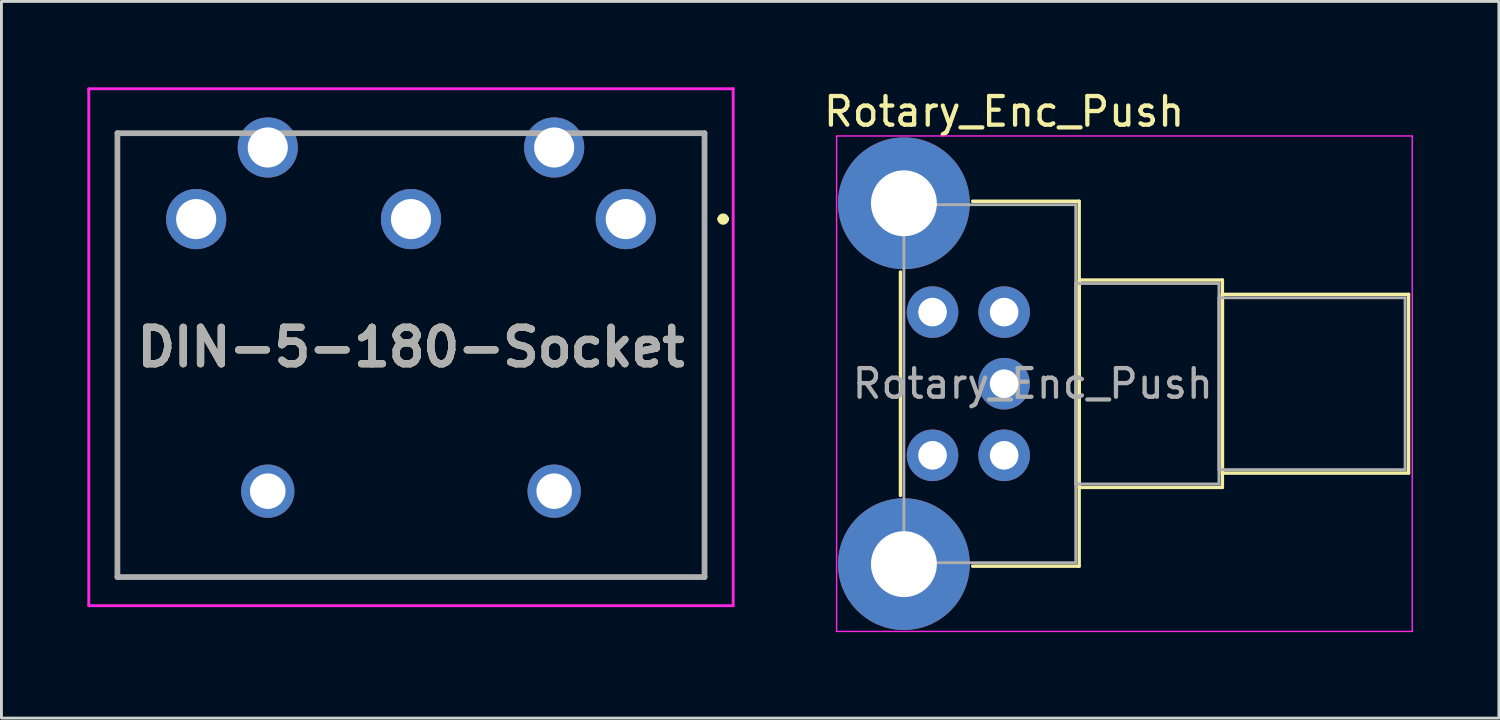
<source format=kicad_pcb>
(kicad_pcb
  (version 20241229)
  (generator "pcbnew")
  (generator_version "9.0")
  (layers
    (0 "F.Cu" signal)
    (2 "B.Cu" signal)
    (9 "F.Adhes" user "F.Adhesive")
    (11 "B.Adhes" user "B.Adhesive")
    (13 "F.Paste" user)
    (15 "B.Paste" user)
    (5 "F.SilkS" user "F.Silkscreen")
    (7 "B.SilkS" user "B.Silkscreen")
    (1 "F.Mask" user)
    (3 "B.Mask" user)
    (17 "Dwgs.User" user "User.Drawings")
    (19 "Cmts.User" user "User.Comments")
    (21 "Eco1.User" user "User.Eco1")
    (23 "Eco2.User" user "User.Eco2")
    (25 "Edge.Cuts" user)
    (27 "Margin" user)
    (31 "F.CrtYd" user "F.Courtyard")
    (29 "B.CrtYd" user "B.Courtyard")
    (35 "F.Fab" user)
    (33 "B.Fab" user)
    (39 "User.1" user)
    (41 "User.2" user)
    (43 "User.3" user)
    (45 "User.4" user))
  (footprint "DIN-5-180-Socket"
    (layer "F.Cu")
    (at 18.8 4.6)
    (property "Reference" "DIN-5-180-Socket" (at -7.5 4.475 0) (layer "F.SilkS") (effects (font (size 1.27 1.27) (thickness 0.254))))
    (attr through_hole)
    (fp_line (start -17.75 -3) (end -17.75 12.5) (stroke (width 0.1) (type solid)) (layer "F.SilkS"))
    (fp_line (start -17.75 12.5) (end 2.75 12.5) (stroke (width 0.1) (type solid)) (layer "F.SilkS"))
    (fp_line (start -14.5 -3) (end -17.75 -3) (stroke (width 0.1) (type solid)) (layer "F.SilkS"))
    (fp_line (start 2.75 -3) (end -0.5 -3) (stroke (width 0.1) (type solid)) (layer "F.SilkS"))
    (fp_line (start 2.75 12.5) (end 2.75 -3) (stroke (width 0.1) (type solid)) (layer "F.SilkS"))
    (fp_line (start 3.3 0) (end 3.3 0) (stroke (width 0.2) (type solid)) (layer "F.SilkS"))
    (fp_line (start 3.5 0) (end 3.5 0) (stroke (width 0.2) (type solid)) (layer "F.SilkS"))
    (fp_arc (start 3.3 0) (mid 3.4 -0.1) (end 3.5 0) (stroke (width 0.2) (type solid)) (layer "F.SilkS"))
    (fp_arc (start 3.5 0) (mid 3.4 0.1) (end 3.3 0) (stroke (width 0.2) (type solid)) (layer "F.SilkS"))
    (fp_line (start -18.75 -4.55) (end 3.75 -4.55) (stroke (width 0.1) (type solid)) (layer "F.CrtYd"))
    (fp_line (start -18.75 13.5) (end -18.75 -4.55) (stroke (width 0.1) (type solid)) (layer "F.CrtYd"))
    (fp_line (start 3.75 -4.55) (end 3.75 13.5) (stroke (width 0.1) (type solid)) (layer "F.CrtYd"))
    (fp_line (start 3.75 13.5) (end -18.75 13.5) (stroke (width 0.1) (type solid)) (layer "F.CrtYd"))
    (fp_line (start -17.75 -3) (end -17.75 12.5) (stroke (width 0.2) (type solid)) (layer "F.Fab"))
    (fp_line (start -17.75 12.5) (end 2.75 12.5) (stroke (width 0.2) (type solid)) (layer "F.Fab"))
    (fp_line (start 2.75 -3) (end -17.75 -3) (stroke (width 0.2) (type solid)) (layer "F.Fab"))
    (fp_line (start 2.75 12.5) (end 2.75 -3) (stroke (width 0.2) (type solid)) (layer "F.Fab"))
    (fp_text user "${REFERENCE}" (at -7.5 4.475 0) (layer "F.Fab") (effects (font (size 1.27 1.27) (thickness 0.254))))
    (pad "1" thru_hole circle (at 0 0) (size 2.1 2.1) (drill 1.4) (layers "*.Cu" "*.Mask"))
    (pad "2" thru_hole circle (at -7.5 0) (size 2.1 2.1) (drill 1.4) (layers "*.Cu" "*.Mask"))
    (pad "3" thru_hole circle (at -15 0) (size 2.1 2.1) (drill 1.4) (layers "*.Cu" "*.Mask"))
    (pad "4" thru_hole circle (at -2.5 -2.5) (size 2.1 2.1) (drill 1.4) (layers "*.Cu" "*.Mask"))
    (pad "5" thru_hole circle (at -12.5 -2.5) (size 2.1 2.1) (drill 1.4) (layers "*.Cu" "*.Mask"))
    (pad "MH1" thru_hole circle (at -2.5 9.5) (size 1.86 1.86) (drill 1.24) (layers "*.Cu" "*.Mask"))
    (pad "MH2" thru_hole circle (at -12.5 9.5) (size 1.86 1.86) (drill 1.24) (layers "*.Cu" "*.Mask")))
  (footprint "Rotary_Enc_Push"
    (layer "F.Cu")
    (at 32.011 12.848)
    (property "Reference" "Rotary_Enc_Push" (at 0 -12 0) (layer "F.SilkS") (effects (font (size 1 1) (thickness 0.15))))
    (attr through_hole)
    (fp_line (start -3.62 -6.4) (end -3.62 1.4) (stroke (width 0.12) (type solid)) (layer "F.SilkS"))
    (fp_line (start -1.1 -8.87) (end 2.62 -8.87) (stroke (width 0.12) (type solid)) (layer "F.SilkS"))
    (fp_line (start -1.1 3.87) (end 2.62 3.87) (stroke (width 0.12) (type solid)) (layer "F.SilkS"))
    (fp_line (start 2.62 -8.87) (end 2.62 3.87) (stroke (width 0.12) (type solid)) (layer "F.SilkS"))
    (fp_line (start 2.62 -6.12) (end 7.62 -6.12) (stroke (width 0.12) (type solid)) (layer "F.SilkS"))
    (fp_line (start 2.62 -6.02) (end 2.62 1.02) (stroke (width 0.12) (type solid)) (layer "F.SilkS"))
    (fp_line (start 2.62 1.12) (end 7.62 1.12) (stroke (width 0.12) (type solid)) (layer "F.SilkS"))
    (fp_line (start 7.62 -6.12) (end 7.62 1.12) (stroke (width 0.12) (type solid)) (layer "F.SilkS"))
    (fp_line (start 7.62 -5.62) (end 7.62 0.62) (stroke (width 0.12) (type solid)) (layer "F.SilkS"))
    (fp_line (start 7.62 -5.62) (end 14.12 -5.62) (stroke (width 0.12) (type solid)) (layer "F.SilkS"))
    (fp_line (start 7.62 0.62) (end 14.12 0.62) (stroke (width 0.12) (type solid)) (layer "F.SilkS"))
    (fp_line (start 14.12 -5.62) (end 14.12 0.62) (stroke (width 0.12) (type solid)) (layer "F.SilkS"))
    (fp_line (start -5.85 -11.15) (end -5.85 6.15) (stroke (width 0.05) (type solid)) (layer "F.CrtYd"))
    (fp_line (start -5.85 6.15) (end 14.25 6.15) (stroke (width 0.05) (type solid)) (layer "F.CrtYd"))
    (fp_line (start 14.25 -11.15) (end -5.85 -11.15) (stroke (width 0.05) (type solid)) (layer "F.CrtYd"))
    (fp_line (start 14.25 6.15) (end 14.25 -11.15) (stroke (width 0.05) (type solid)) (layer "F.CrtYd"))
    (fp_line (start -3.5 -8.75) (end -3.5 3.75) (stroke (width 0.1) (type solid)) (layer "F.Fab"))
    (fp_line (start -3.5 3.75) (end 2.5 3.75) (stroke (width 0.1) (type solid)) (layer "F.Fab"))
    (fp_line (start 2.5 -8.75) (end -3.5 -8.75) (stroke (width 0.1) (type solid)) (layer "F.Fab"))
    (fp_line (start 2.5 -6) (end 2.5 1) (stroke (width 0.1) (type solid)) (layer "F.Fab"))
    (fp_line (start 2.5 1) (end 7.5 1) (stroke (width 0.1) (type solid)) (layer "F.Fab"))
    (fp_line (start 2.5 3.75) (end 2.5 -8.75) (stroke (width 0.1) (type solid)) (layer "F.Fab"))
    (fp_line (start 7.5 -6) (end 2.5 -6) (stroke (width 0.1) (type solid)) (layer "F.Fab"))
    (fp_line (start 7.5 -5.5) (end 7.5 0.5) (stroke (width 0.1) (type solid)) (layer "F.Fab"))
    (fp_line (start 7.5 0.5) (end 14 0.5) (stroke (width 0.1) (type solid)) (layer "F.Fab"))
    (fp_line (start 7.5 1) (end 7.5 -6) (stroke (width 0.1) (type solid)) (layer "F.Fab"))
    (fp_line (start 14 -5.5) (end 7.5 -5.5) (stroke (width 0.1) (type solid)) (layer "F.Fab"))
    (fp_line (start 14 0.5) (end 14 -5.5) (stroke (width 0.1) (type solid)) (layer "F.Fab"))
    (fp_text user "${REFERENCE}" (at 1 -2.5 0) (layer "F.Fab") (effects (font (size 1 1) (thickness 0.15))))
    (pad "" thru_hole circle (at -3.5 -8.8) (size 4.6 4.6) (drill 2.3) (layers "*.Cu" "*.Mask"))
    (pad "" thru_hole circle (at -3.5 3.8) (size 4.6 4.6) (drill 2.3) (layers "*.Cu" "*.Mask"))
    (pad "A" thru_hole circle (at 0 0) (size 1.8 1.8) (drill 1) (layers "*.Cu" "*.Mask"))
    (pad "B" thru_hole circle (at 0 -5) (size 1.8 1.8) (drill 1) (layers "*.Cu" "*.Mask"))
    (pad "C" thru_hole circle (at 0 -2.5) (size 1.8 1.8) (drill 1) (layers "*.Cu" "*.Mask"))
    (pad "S1" thru_hole circle (at -2.5 0) (size 1.8 1.8) (drill 1) (layers "*.Cu" "*.Mask"))
    (pad "S2" thru_hole circle (at -2.5 -5) (size 1.8 1.8) (drill 1) (layers "*.Cu" "*.Mask")))
  (gr_rect
    (start -3 -3)
    (end 49.286 22.023)
    (stroke (width 0.1) (type default))
    (fill no)
    (layer "Edge.Cuts")))
</source>
